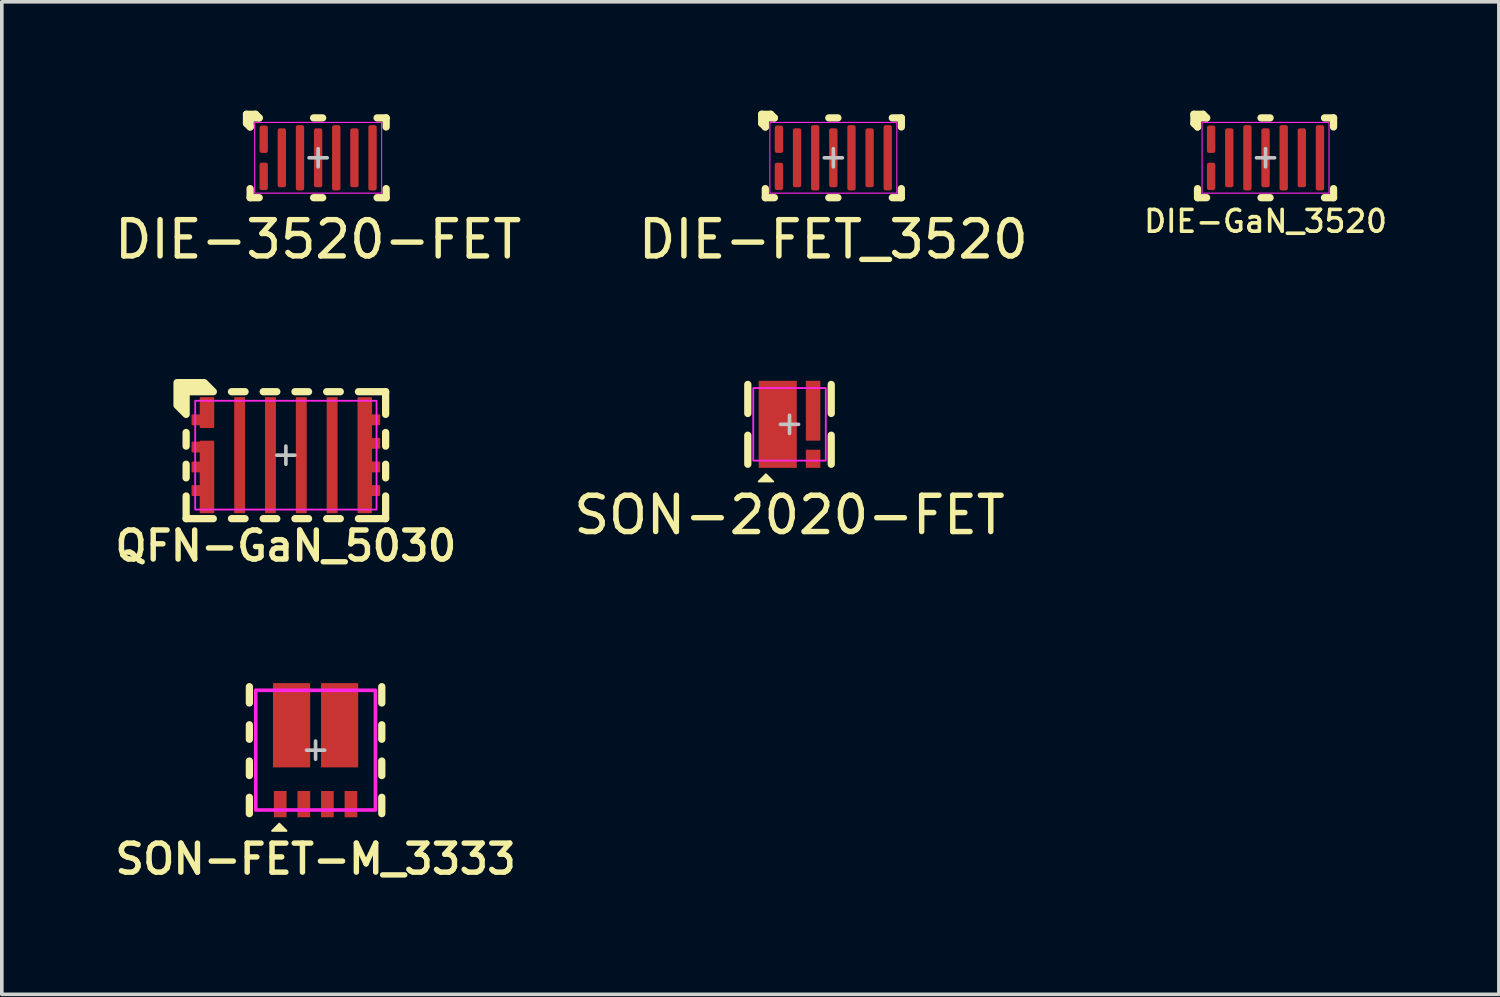
<source format=kicad_pcb>
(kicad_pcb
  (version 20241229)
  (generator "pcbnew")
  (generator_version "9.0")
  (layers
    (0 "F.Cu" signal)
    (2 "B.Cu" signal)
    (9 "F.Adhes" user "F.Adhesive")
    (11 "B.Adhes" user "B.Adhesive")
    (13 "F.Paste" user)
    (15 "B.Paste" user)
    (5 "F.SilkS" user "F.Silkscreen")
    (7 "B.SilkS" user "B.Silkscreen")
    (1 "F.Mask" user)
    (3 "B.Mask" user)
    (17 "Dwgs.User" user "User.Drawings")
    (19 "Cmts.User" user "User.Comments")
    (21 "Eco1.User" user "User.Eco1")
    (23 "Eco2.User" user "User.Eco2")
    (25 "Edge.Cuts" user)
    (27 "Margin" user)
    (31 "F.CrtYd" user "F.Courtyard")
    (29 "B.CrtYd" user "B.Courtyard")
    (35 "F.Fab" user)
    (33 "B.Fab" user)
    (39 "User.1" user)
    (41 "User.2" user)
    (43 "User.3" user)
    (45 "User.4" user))
  (footprint "DIE-FET_3520"
    (layer "F.Cu")
    (at 19.923 1.3)
    (property "Reference" "DIE-FET_3520" (at 0 2.25 0) (unlocked yes) (layer "F.SilkS") (effects (font (size 1 1) (thickness 0.15))))
    (attr smd)
    (fp_line (start -1.975 -0.95) (end -1.975 -1.2) (stroke (width 0.2) (type solid)) (layer "F.SilkS"))
    (fp_line (start -1.875 -1.1) (end -1.875 -0.85) (stroke (width 0.2) (type solid)) (layer "F.SilkS"))
    (fp_line (start -1.875 -0.85) (end -1.975 -0.95) (stroke (width 0.2) (type solid)) (layer "F.SilkS"))
    (fp_line (start -1.875 0.85) (end -1.875 1.1) (stroke (width 0.2) (type solid)) (layer "F.SilkS"))
    (fp_line (start -1.875 1.1) (end -1.625 1.1) (stroke (width 0.2) (type solid)) (layer "F.SilkS"))
    (fp_line (start -1.725 -1.2) (end -1.975 -1.2) (stroke (width 0.2) (type solid)) (layer "F.SilkS"))
    (fp_line (start -1.625 -1.1) (end -1.875 -1.1) (stroke (width 0.2) (type solid)) (layer "F.SilkS"))
    (fp_line (start -1.625 -1.1) (end -1.725 -1.2) (stroke (width 0.2) (type solid)) (layer "F.SilkS"))
    (fp_line (start -0.125 -1.1) (end 0.125 -1.1) (stroke (width 0.2) (type solid)) (layer "F.SilkS"))
    (fp_line (start -0.125 1.1) (end 0.125 1.1) (stroke (width 0.2) (type solid)) (layer "F.SilkS"))
    (fp_line (start 1.625 1.1) (end 1.875 1.1) (stroke (width 0.2) (type solid)) (layer "F.SilkS"))
    (fp_line (start 1.875 -1.1) (end 1.625 -1.1) (stroke (width 0.2) (type solid)) (layer "F.SilkS"))
    (fp_line (start 1.875 -0.85) (end 1.875 -1.1) (stroke (width 0.2) (type solid)) (layer "F.SilkS"))
    (fp_line (start 1.875 1.1) (end 1.875 0.85) (stroke (width 0.2) (type solid)) (layer "F.SilkS"))
    (fp_line (start -0.25 0) (end 0.25 0) (stroke (width 0.1) (type solid)) (layer "Dwgs.User"))
    (fp_line (start 0 -0.25) (end 0 0.25) (stroke (width 0.1) (type solid)) (layer "Dwgs.User"))
    (fp_rect (start -1.75 -0.975) (end 1.75 0.975) (stroke (width 0.03) (type solid)) (fill no) (layer "F.CrtYd"))
    (pad "D" smd roundrect (at -1 0 90) (size 1.625 0.23) (layers "F.Cu" "F.Mask" "F.Paste") (roundrect_rratio 0.25))
    (pad "D" smd roundrect (at 0 0 90) (size 1.625 0.23) (layers "F.Cu" "F.Mask" "F.Paste") (roundrect_rratio 0.25))
    (pad "D" smd roundrect (at 1 0 90) (size 1.625 0.23) (layers "F.Cu" "F.Mask" "F.Paste") (roundrect_rratio 0.25))
    (pad "G" smd roundrect (at -1.5 -0.512 90) (size 0.755 0.23) (layers "F.Cu" "F.Mask" "F.Paste") (roundrect_rratio 0.25))
    (pad "S" smd roundrect (at -1.5 0.512 90) (size 0.755 0.23) (layers "F.Cu" "F.Mask" "F.Paste") (roundrect_rratio 0.25))
    (pad "S" smd roundrect (at -0.5 0 90) (size 1.8 0.23) (layers "F.Cu" "F.Mask" "F.Paste") (roundrect_rratio 0.25))
    (pad "S" smd roundrect (at 0.5 0 90) (size 1.8 0.23) (layers "F.Cu" "F.Mask" "F.Paste") (roundrect_rratio 0.25))
    (pad "S" smd roundrect (at 1.5 0 90) (size 1.8 0.23) (layers "F.Cu" "F.Mask" "F.Paste") (roundrect_rratio 0.25)))
  (footprint "DIE-3520-FET"
    (layer "F.Cu")
    (at 5.72 1.3)
    (property "Reference" "DIE-3520-FET" (at 0 2.25 0) (unlocked yes) (layer "F.SilkS") (effects (font (size 1 1) (thickness 0.15))))
    (attr smd)
    (fp_line (start -1.975 -0.95) (end -1.975 -1.2) (stroke (width 0.2) (type solid)) (layer "F.SilkS"))
    (fp_line (start -1.875 -1.1) (end -1.875 -0.85) (stroke (width 0.2) (type solid)) (layer "F.SilkS"))
    (fp_line (start -1.875 -0.85) (end -1.975 -0.95) (stroke (width 0.2) (type solid)) (layer "F.SilkS"))
    (fp_line (start -1.875 0.85) (end -1.875 1.1) (stroke (width 0.2) (type solid)) (layer "F.SilkS"))
    (fp_line (start -1.875 1.1) (end -1.625 1.1) (stroke (width 0.2) (type solid)) (layer "F.SilkS"))
    (fp_line (start -1.725 -1.2) (end -1.975 -1.2) (stroke (width 0.2) (type solid)) (layer "F.SilkS"))
    (fp_line (start -1.625 -1.1) (end -1.875 -1.1) (stroke (width 0.2) (type solid)) (layer "F.SilkS"))
    (fp_line (start -1.625 -1.1) (end -1.725 -1.2) (stroke (width 0.2) (type solid)) (layer "F.SilkS"))
    (fp_line (start -0.125 -1.1) (end 0.125 -1.1) (stroke (width 0.2) (type solid)) (layer "F.SilkS"))
    (fp_line (start -0.125 1.1) (end 0.125 1.1) (stroke (width 0.2) (type solid)) (layer "F.SilkS"))
    (fp_line (start 1.625 1.1) (end 1.875 1.1) (stroke (width 0.2) (type solid)) (layer "F.SilkS"))
    (fp_line (start 1.875 -1.1) (end 1.625 -1.1) (stroke (width 0.2) (type solid)) (layer "F.SilkS"))
    (fp_line (start 1.875 -0.85) (end 1.875 -1.1) (stroke (width 0.2) (type solid)) (layer "F.SilkS"))
    (fp_line (start 1.875 1.1) (end 1.875 0.85) (stroke (width 0.2) (type solid)) (layer "F.SilkS"))
    (fp_line (start -0.25 0) (end 0.25 0) (stroke (width 0.1) (type solid)) (layer "Dwgs.User"))
    (fp_line (start 0 -0.25) (end 0 0.25) (stroke (width 0.1) (type solid)) (layer "Dwgs.User"))
    (fp_rect (start -1.75 -0.975) (end 1.75 0.975) (stroke (width 0.03) (type solid)) (fill no) (layer "F.CrtYd"))
    (pad "D" smd roundrect (at -1 0 90) (size 1.625 0.23) (layers "F.Cu" "F.Mask" "F.Paste") (roundrect_rratio 0.25))
    (pad "D" smd roundrect (at 0 0 90) (size 1.625 0.23) (layers "F.Cu" "F.Mask" "F.Paste") (roundrect_rratio 0.25))
    (pad "D" smd roundrect (at 1 0 90) (size 1.625 0.23) (layers "F.Cu" "F.Mask" "F.Paste") (roundrect_rratio 0.25))
    (pad "G" smd roundrect (at -1.5 -0.512 90) (size 0.755 0.23) (layers "F.Cu" "F.Mask" "F.Paste") (roundrect_rratio 0.25))
    (pad "S" smd roundrect (at -1.5 0.512 90) (size 0.755 0.23) (layers "F.Cu" "F.Mask" "F.Paste") (roundrect_rratio 0.25))
    (pad "S" smd roundrect (at -0.5 0 90) (size 1.8 0.23) (layers "F.Cu" "F.Mask" "F.Paste") (roundrect_rratio 0.25))
    (pad "S" smd roundrect (at 0.5 0 90) (size 1.8 0.23) (layers "F.Cu" "F.Mask" "F.Paste") (roundrect_rratio 0.25))
    (pad "S" smd roundrect (at 1.5 0 90) (size 1.8 0.23) (layers "F.Cu" "F.Mask" "F.Paste") (roundrect_rratio 0.25)))
  (footprint "SON-FET-M_3333"
    (layer "F.Cu")
    (at 5.65 17.63)
    (property "Reference" "SON-FET-M_3333" (at 0 3 0) (unlocked yes) (layer "F.SilkS") (effects (font (size 0.8 0.8) (thickness 0.15))))
    (attr smd)
    (fp_poly (pts (xy -1.175 0.475) (xy -0.15 0.475) (xy -0.15 -1.85) (xy -0.525 -1.85) (xy -0.525 -1.35) (xy -0.825 -1.35) (xy -0.825 -1.85) (xy -1.175 -1.85)) (stroke (width 0.1) (type solid)) (fill yes) (layer "F.Mask"))
    (fp_poly (pts (xy 0.15 0.475) (xy 1.175 0.475) (xy 1.175 -1.85) (xy 0.825 -1.85) (xy 0.825 -1.35) (xy 0.525 -1.35) (xy 0.525 -1.85) (xy 0.15 -1.85)) (stroke (width 0.1) (type solid)) (fill yes) (layer "F.Mask"))
    (fp_line (start -1.825 -1.75) (end -1.825 -1.3) (stroke (width 0.2) (type solid)) (layer "F.SilkS"))
    (fp_line (start -1.825 -0.7) (end -1.825 -0.3) (stroke (width 0.2) (type solid)) (layer "F.SilkS"))
    (fp_line (start -1.825 0.3) (end -1.825 0.7) (stroke (width 0.2) (type solid)) (layer "F.SilkS"))
    (fp_line (start -1.825 1.3) (end -1.825 1.75) (stroke (width 0.2) (type solid)) (layer "F.SilkS"))
    (fp_line (start 1.825 -1.75) (end 1.825 -1.3) (stroke (width 0.2) (type solid)) (layer "F.SilkS"))
    (fp_line (start 1.825 -0.7) (end 1.825 -0.3) (stroke (width 0.2) (type solid)) (layer "F.SilkS"))
    (fp_line (start 1.825 0.3) (end 1.825 0.7) (stroke (width 0.2) (type solid)) (layer "F.SilkS"))
    (fp_line (start 1.825 1.3) (end 1.825 1.75) (stroke (width 0.2) (type solid)) (layer "F.SilkS"))
    (fp_poly (pts (xy -1.2 2.225) (xy -1 2.025) (xy -0.8 2.225)) (stroke (width 0.05) (type solid)) (fill yes) (layer "F.SilkS"))
    (fp_poly (pts (xy -1.1 -1.4) (xy -1.1 -1.775) (xy -0.85 -1.775) (xy -0.85 -1.4)) (stroke (width 0) (type solid)) (fill yes) (layer "F.Paste"))
    (fp_poly (pts (xy -1.05 0.35) (xy -1.05 -1.25) (xy -0.275 -1.25) (xy -0.275 0.35)) (stroke (width 0) (type solid)) (fill yes) (layer "F.Paste"))
    (fp_poly (pts (xy -0.5 -1.4) (xy -0.5 -1.775) (xy -0.225 -1.775) (xy -0.225 -1.4)) (stroke (width 0) (type solid)) (fill yes) (layer "F.Paste"))
    (fp_poly (pts (xy 0.5 -1.775) (xy 0.5 -1.4) (xy 0.225 -1.4) (xy 0.225 -1.775)) (stroke (width 0) (type solid)) (fill yes) (layer "F.Paste"))
    (fp_poly (pts (xy 1.05 -1.25) (xy 1.05 0.35) (xy 0.275 0.345) (xy 0.275 -1.25)) (stroke (width 0) (type solid)) (fill yes) (layer "F.Paste"))
    (fp_poly (pts (xy 1.1 -1.775) (xy 1.1 -1.4) (xy 0.85 -1.4) (xy 0.85 -1.775)) (stroke (width 0) (type solid)) (fill yes) (layer "F.Paste"))
    (fp_line (start -0.25 0) (end 0.25 0) (stroke (width 0.1) (type default)) (layer "Dwgs.User"))
    (fp_line (start 0 -0.25) (end 0 0.25) (stroke (width 0.1) (type default)) (layer "Dwgs.User"))
    (fp_rect (start -1.65 -1.65) (end 1.65 1.65) (stroke (width 0.1) (type default)) (fill no) (layer "F.CrtYd"))
    (pad "D1" smd roundrect (at -0.662 -0.688) (size 1.025 2.325) (layers "F.Cu") (roundrect_rratio 0.025))
    (pad "D2" smd roundrect (at 0.662 -0.688) (size 1.025 2.325) (layers "F.Cu") (roundrect_rratio 0.025))
    (pad "G1" smd roundrect (at -0.325 1.488 90) (size 0.725 0.35) (layers "F.Cu" "F.Mask" "F.Paste") (roundrect_rratio 0.025))
    (pad "G2" smd roundrect (at 0.975 1.488 90) (size 0.725 0.35) (layers "F.Cu" "F.Mask" "F.Paste") (roundrect_rratio 0.025))
    (pad "S1" smd roundrect (at -0.975 1.488 90) (size 0.725 0.35) (layers "F.Cu" "F.Mask" "F.Paste") (roundrect_rratio 0.025))
    (pad "S2" smd roundrect (at 0.325 1.488 90) (size 0.725 0.35) (layers "F.Cu" "F.Mask" "F.Paste") (roundrect_rratio 0.025)))
  (footprint "QFN-GaN_5030"
    (layer "F.Cu")
    (at 4.831 9.498)
    (property "Reference" "QFN-GaN_5030" (at 0 2.5 0) (unlocked yes) (layer "F.SilkS") (effects (font (size 0.8 0.8) (thickness 0.15))))
    (attr smd)
    (fp_line (start -2.75 0.25) (end -2.75 0.625) (stroke (width 0.2) (type default)) (layer "F.SilkS"))
    (fp_line (start -2.75 -0.625) (end -2.75 -0.25) (stroke (width 0.2) (type default)) (layer "F.SilkS"))
    (fp_line (start -2.75 1.75) (end -2.75 1.125) (stroke (width 0.2) (type default)) (layer "F.SilkS"))
    (fp_line (start -2 1.75) (end -2.75 1.75) (stroke (width 0.2) (type solid)) (layer "F.SilkS"))
    (fp_line (start -1.125 -1.75) (end -1.5 -1.75) (stroke (width 0.2) (type solid)) (layer "F.SilkS"))
    (fp_line (start -1.125 1.75) (end -1.5 1.75) (stroke (width 0.2) (type solid)) (layer "F.SilkS"))
    (fp_line (start -0.25 -1.75) (end -0.625 -1.75) (stroke (width 0.2) (type solid)) (layer "F.SilkS"))
    (fp_line (start -0.25 1.75) (end -0.625 1.75) (stroke (width 0.2) (type solid)) (layer "F.SilkS"))
    (fp_line (start 0.625 1.75) (end 0.25 1.75) (stroke (width 0.2) (type solid)) (layer "F.SilkS"))
    (fp_line (start 0.625 -1.75) (end 0.25 -1.75) (stroke (width 0.2) (type solid)) (layer "F.SilkS"))
    (fp_line (start 1.5 -1.75) (end 1.125 -1.75) (stroke (width 0.2) (type solid)) (layer "F.SilkS"))
    (fp_line (start 1.5 1.75) (end 1.125 1.75) (stroke (width 0.2) (type solid)) (layer "F.SilkS"))
    (fp_line (start 2.75 -1.75) (end 2 -1.75) (stroke (width 0.2) (type solid)) (layer "F.SilkS"))
    (fp_line (start 2.75 -1.75) (end 2.75 -1.125) (stroke (width 0.2) (type default)) (layer "F.SilkS"))
    (fp_line (start 2.75 -0.625) (end 2.75 -0.25) (stroke (width 0.2) (type default)) (layer "F.SilkS"))
    (fp_line (start 2.75 0.25) (end 2.75 0.625) (stroke (width 0.2) (type default)) (layer "F.SilkS"))
    (fp_line (start 2.75 1.75) (end 2 1.75) (stroke (width 0.2) (type solid)) (layer "F.SilkS"))
    (fp_line (start 2.75 1.75) (end 2.75 1.125) (stroke (width 0.2) (type default)) (layer "F.SilkS"))
    (fp_poly (pts (xy -2 -1.75) (xy -2.25 -2) (xy -3 -2) (xy -3 -1.375) (xy -2.75 -1.125) (xy -2.75 -1.75)) (stroke (width 0.2) (type solid)) (fill yes) (layer "F.SilkS"))
    (fp_line (start 0 -0.25) (end 0 0.25) (stroke (width 0.1) (type solid)) (layer "Dwgs.User"))
    (fp_line (start 0.25 0) (end -0.25 0) (stroke (width 0.1) (type solid)) (layer "Dwgs.User"))
    (fp_poly (pts (xy 2.5 -1.5) (xy 2.5 1.5) (xy -2.5 1.5) (xy -2.5 -1.5)) (stroke (width 0.05) (type default)) (fill no) (layer "F.CrtYd"))
    (pad "D" smd roundrect (at -1.275 0 90) (size 3.2 0.3) (layers "F.Cu" "F.Mask" "F.Paste") (roundrect_rratio 0.05))
    (pad "D" smd roundrect (at 0.425 0 90) (size 3.2 0.3) (layers "F.Cu" "F.Mask" "F.Paste") (roundrect_rratio 0.05))
    (pad "D" smd custom (at 2.175 0 90) (size 0.25 0.25) (layers "F.Cu" "F.Mask" "F.Paste") (options (anchor circle)) (primitives (gr_poly (pts (xy 1.575 -0.175) (xy -1.575 -0.175) (xy -1.575 0.175) (xy -1.1 0.175) (xy -1.1 0.4) (xy -0.85 0.4) (xy -0.85 0.175) (xy -0.45 0.175) (xy -0.45 0.4) (xy -0.2 0.4) (xy -0.2 0.175) (xy 0.2 0.175) (xy 0.2 0.4) (xy 0.45 0.4) (xy 0.45 0.175) (xy 0.85 0.175) (xy 0.85 0.4) (xy 1.1 0.4) (xy 1.1 0.175) (xy 1.575 0.175)) (width 0.05) (fill yes))))
    (pad "G" smd custom (at -2.175 -0.975 90) (size 0.25 0.25) (layers "F.Cu" "F.Mask" "F.Paste") (options (anchor circle)) (primitives (gr_poly (pts (xy 0.6 0.175) (xy -0.2 0.175) (xy -0.2 -0.175) (xy -0.125 -0.175) (xy -0.125 -0.4) (xy 0.125 -0.4) (xy 0.125 -0.175) (xy 0.6 -0.175)) (width 0.05) (fill yes))))
    (pad "S" smd custom (at -2.175 -0.225 90) (size 0.25 0.25) (layers "F.Cu" "F.Mask" "F.Paste") (options (anchor circle)) (primitives (gr_poly (pts (xy 0.15 0.175) (xy -1.8 0.175) (xy -1.8 -0.175) (xy -1.325 -0.175) (xy -1.325 -0.4) (xy -1.075 -0.4) (xy -1.075 -0.175) (xy -0.675 -0.175) (xy -0.675 -0.4) (xy -0.425 -0.4) (xy -0.425 -0.175) (xy -0.125 -0.175) (xy -0.125 -0.4) (xy 0.125 -0.4) (xy 0.125 -0.175) (xy 0.15 -0.175)) (width 0.05) (fill yes))))
    (pad "S" smd roundrect (at -0.425 0 90) (size 3.2 0.3) (layers "F.Cu" "F.Mask" "F.Paste") (roundrect_rratio 0.05))
    (pad "S" smd roundrect (at 1.275 0 90) (size 3.2 0.3) (layers "F.Cu" "F.Mask" "F.Paste") (roundrect_rratio 0.05)))
  (footprint "SON-2020-FET"
    (layer "F.Cu")
    (at 18.715 8.648)
    (property "Reference" "SON-2020-FET" (at 0 2.5 0) (unlocked yes) (layer "F.SilkS") (effects (font (size 1 1) (thickness 0.15))))
    (attr smd)
    (fp_rect (start -0.85 -0.7) (end -0.45 -1.2) (stroke (width 0.1) (type solid)) (fill yes) (layer "F.Mask"))
    (fp_rect (start -0.85 -0.45) (end 0.2 0.45) (stroke (width 0.1) (type solid)) (fill yes) (layer "F.Mask"))
    (fp_rect (start -0.85 1.2) (end -0.45 0.7) (stroke (width 0.1) (type solid)) (fill yes) (layer "F.Mask"))
    (fp_rect (start -0.2 -0.7) (end 0.2 -1.2) (stroke (width 0.1) (type solid)) (fill yes) (layer "F.Mask"))
    (fp_rect (start -0.2 1.2) (end 0.2 0.7) (stroke (width 0.1) (type solid)) (fill yes) (layer "F.Mask"))
    (fp_rect (start 0.45 -0.7) (end 0.85 -1.2) (stroke (width 0.1) (type solid)) (fill yes) (layer "F.Mask"))
    (fp_rect (start 0.45 0.45) (end 0.85 -0.45) (stroke (width 0.1) (type solid)) (fill yes) (layer "F.Mask"))
    (fp_line (start -1.15 -0.3) (end -1.15 -1.1) (stroke (width 0.2) (type solid)) (layer "F.SilkS"))
    (fp_line (start -1.15 1.1) (end -1.15 0.3) (stroke (width 0.2) (type solid)) (layer "F.SilkS"))
    (fp_line (start 1.15 -0.3) (end 1.15 -1.1) (stroke (width 0.2) (type solid)) (layer "F.SilkS"))
    (fp_line (start 1.15 1.1) (end 1.15 0.3) (stroke (width 0.2) (type solid)) (layer "F.SilkS"))
    (fp_poly (pts (xy -0.85 1.575) (xy -0.65 1.375) (xy -0.45 1.575)) (stroke (width 0.05) (type solid)) (fill yes) (layer "F.SilkS"))
    (fp_rect (start -0.8 -1.15) (end -0.475 -0.725) (stroke (width 0) (type solid)) (fill yes) (layer "F.Paste"))
    (fp_rect (start -0.8 1.15) (end -0.475 0.725) (stroke (width 0) (type solid)) (fill yes) (layer "F.Paste"))
    (fp_rect (start -0.775 -0.425) (end -0.425 0.425) (stroke (width 0) (type solid)) (fill yes) (layer "F.Paste"))
    (fp_rect (start -0.225 -0.425) (end 0.125 0.425) (stroke (width 0) (type solid)) (fill yes) (layer "F.Paste"))
    (fp_rect (start 0.15 -1.15) (end -0.175 -0.725) (stroke (width 0) (type solid)) (fill yes) (layer "F.Paste"))
    (fp_rect (start 0.15 1.15) (end -0.175 0.725) (stroke (width 0) (type solid)) (fill yes) (layer "F.Paste"))
    (fp_rect (start 0.5 -1.15) (end 0.8 -0.725) (stroke (width 0) (type solid)) (fill yes) (layer "F.Paste"))
    (fp_rect (start 0.5 0.375) (end 0.8 -0.425) (stroke (width 0) (type solid)) (fill yes) (layer "F.Paste"))
    (fp_line (start -0.25 0) (end 0.25 0) (stroke (width 0.1) (type solid)) (layer "Dwgs.User"))
    (fp_line (start 0 -0.25) (end 0 0.25) (stroke (width 0.1) (type solid)) (layer "Dwgs.User"))
    (fp_rect (start -1 -1) (end 1 1) (stroke (width 0.05) (type solid)) (fill no) (layer "F.CrtYd"))
    (pad "D" smd rect (at -0.325 0 90) (size 2.4 1.05) (layers "F.Cu"))
    (pad "G" smd rect (at 0.65 0.95 90) (size 0.5 0.4) (layers "F.Cu" "F.Mask" "F.Paste"))
    (pad "S" smd rect (at 0.65 -0.375 90) (size 1.65 0.4) (layers "F.Cu")))
  (footprint "DIE-GaN_3520"
    (layer "F.Cu")
    (at 31.838 1.3)
    (property "Reference" "DIE-GaN_3520" (at 0 1.75 0) (unlocked yes) (layer "F.SilkS") (effects (font (size 0.6 0.6) (thickness 0.1) (bold yes))))
    (attr smd)
    (fp_line (start -1.975 -0.95) (end -1.975 -1.2) (stroke (width 0.2) (type solid)) (layer "F.SilkS"))
    (fp_line (start -1.875 -1.1) (end -1.875 -0.85) (stroke (width 0.2) (type solid)) (layer "F.SilkS"))
    (fp_line (start -1.875 -0.85) (end -1.975 -0.95) (stroke (width 0.2) (type solid)) (layer "F.SilkS"))
    (fp_line (start -1.875 0.85) (end -1.875 1.1) (stroke (width 0.2) (type solid)) (layer "F.SilkS"))
    (fp_line (start -1.875 1.1) (end -1.625 1.1) (stroke (width 0.2) (type solid)) (layer "F.SilkS"))
    (fp_line (start -1.725 -1.2) (end -1.975 -1.2) (stroke (width 0.2) (type solid)) (layer "F.SilkS"))
    (fp_line (start -1.625 -1.1) (end -1.875 -1.1) (stroke (width 0.2) (type solid)) (layer "F.SilkS"))
    (fp_line (start -1.625 -1.1) (end -1.725 -1.2) (stroke (width 0.2) (type solid)) (layer "F.SilkS"))
    (fp_line (start -0.125 -1.1) (end 0.125 -1.1) (stroke (width 0.2) (type solid)) (layer "F.SilkS"))
    (fp_line (start -0.125 1.1) (end 0.125 1.1) (stroke (width 0.2) (type solid)) (layer "F.SilkS"))
    (fp_line (start 1.625 1.1) (end 1.875 1.1) (stroke (width 0.2) (type solid)) (layer "F.SilkS"))
    (fp_line (start 1.875 -1.1) (end 1.625 -1.1) (stroke (width 0.2) (type solid)) (layer "F.SilkS"))
    (fp_line (start 1.875 -0.85) (end 1.875 -1.1) (stroke (width 0.2) (type solid)) (layer "F.SilkS"))
    (fp_line (start 1.875 1.1) (end 1.875 0.85) (stroke (width 0.2) (type solid)) (layer "F.SilkS"))
    (fp_line (start -0.25 0) (end 0.25 0) (stroke (width 0.1) (type solid)) (layer "Dwgs.User"))
    (fp_line (start 0 -0.25) (end 0 0.25) (stroke (width 0.1) (type solid)) (layer "Dwgs.User"))
    (fp_rect (start -1.75 -0.975) (end 1.75 0.975) (stroke (width 0.03) (type solid)) (fill no) (layer "F.CrtYd"))
    (pad "D" smd roundrect (at -1 0 90) (size 1.625 0.23) (layers "F.Cu" "F.Mask" "F.Paste") (roundrect_rratio 0.25))
    (pad "D" smd roundrect (at 0 0 90) (size 1.625 0.23) (layers "F.Cu" "F.Mask" "F.Paste") (roundrect_rratio 0.25))
    (pad "D" smd roundrect (at 1 0 90) (size 1.625 0.23) (layers "F.Cu" "F.Mask" "F.Paste") (roundrect_rratio 0.25))
    (pad "G" smd roundrect (at -1.5 -0.512 90) (size 0.755 0.23) (layers "F.Cu" "F.Mask" "F.Paste") (roundrect_rratio 0.25))
    (pad "S" smd roundrect (at -1.5 0.512 90) (size 0.755 0.23) (layers "F.Cu" "F.Mask" "F.Paste") (roundrect_rratio 0.25))
    (pad "S" smd roundrect (at -0.5 0 90) (size 1.8 0.23) (layers "F.Cu" "F.Mask" "F.Paste") (roundrect_rratio 0.25))
    (pad "S" smd roundrect (at 0.5 0 90) (size 1.8 0.23) (layers "F.Cu" "F.Mask" "F.Paste") (roundrect_rratio 0.25))
    (pad "S" smd roundrect (at 1.5 0 90) (size 1.8 0.23) (layers "F.Cu" "F.Mask" "F.Paste") (roundrect_rratio 0.25)))
  (gr_rect
    (start -3 -3)
    (end 38.27 24.361)
    (stroke (width 0.1) (type default))
    (fill no)
    (layer "Edge.Cuts")))
</source>
